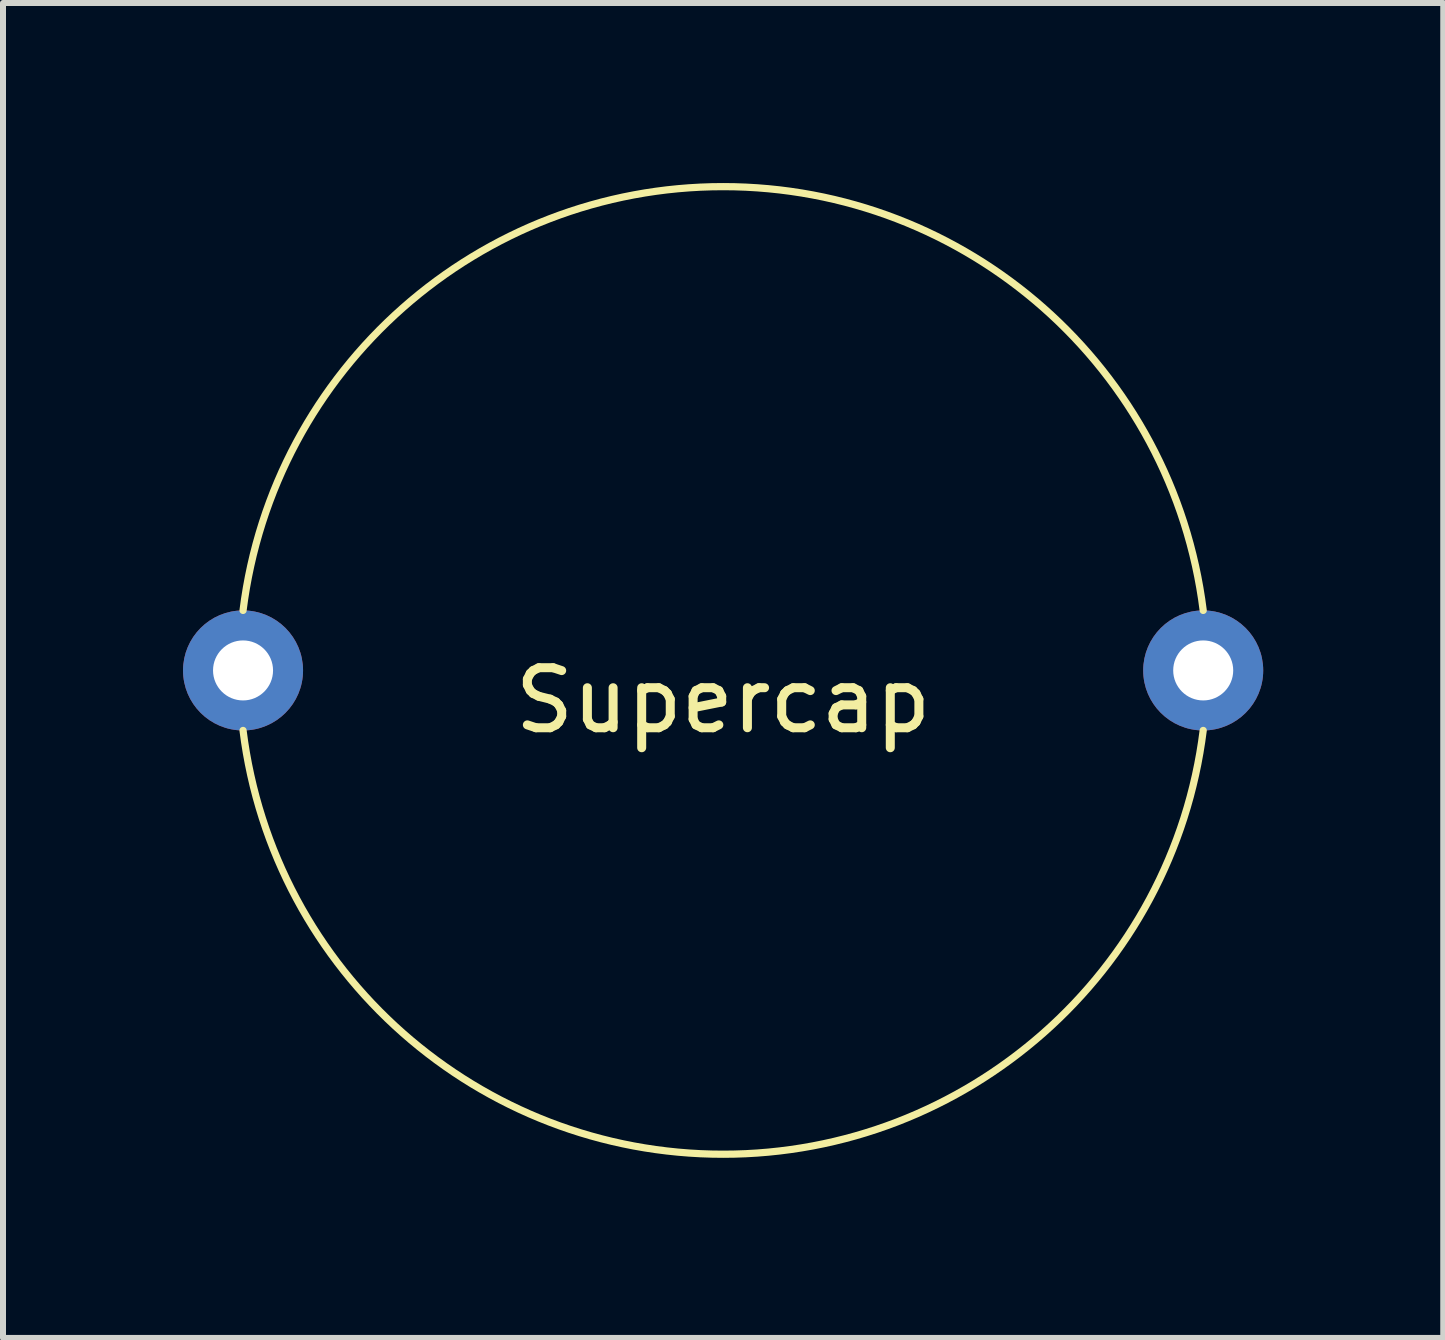
<source format=kicad_pcb>
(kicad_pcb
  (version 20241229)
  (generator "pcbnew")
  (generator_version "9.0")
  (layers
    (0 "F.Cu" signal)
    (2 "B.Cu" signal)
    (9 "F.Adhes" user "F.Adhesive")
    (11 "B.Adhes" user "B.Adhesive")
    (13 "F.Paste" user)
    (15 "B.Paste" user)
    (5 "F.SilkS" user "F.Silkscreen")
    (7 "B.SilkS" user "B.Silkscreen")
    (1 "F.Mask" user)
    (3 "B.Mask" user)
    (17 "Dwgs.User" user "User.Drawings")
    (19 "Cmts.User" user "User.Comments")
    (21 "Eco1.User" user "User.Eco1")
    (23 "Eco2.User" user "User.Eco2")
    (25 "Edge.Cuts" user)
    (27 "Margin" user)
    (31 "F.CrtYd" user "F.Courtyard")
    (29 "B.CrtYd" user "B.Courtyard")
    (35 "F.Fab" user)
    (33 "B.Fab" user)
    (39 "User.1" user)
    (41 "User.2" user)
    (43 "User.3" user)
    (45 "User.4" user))
  (footprint "Supercap"
    (layer "F.Cu")
    (at 9 8.122)
    (property "Reference" "Supercap" (at 0 0.5 0) (layer "F.SilkS") (effects (font (size 1 1) (thickness 0.15))))
    (attr through_hole)
    (fp_arc (start -7.999999 -1.000001) (mid 0.000001 -8.062257) (end 7.999999 -0.999999) (stroke (width 0.12) (type solid)) (layer "F.SilkS"))
    (fp_arc (start 7.999999 1.000001) (mid -0.000001 8.062257) (end -7.999999 0.999999) (stroke (width 0.12) (type solid)) (layer "F.SilkS"))
    (pad "1" thru_hole circle (at -8 0) (size 2 2) (drill 1) (layers "*.Cu" "*.Mask"))
    (pad "2" thru_hole circle (at 8 0) (size 2 2) (drill 1) (layers "*.Cu" "*.Mask")))
  (gr_rect
    (start -3 -3)
    (end 21 19.245)
    (stroke (width 0.1) (type default))
    (fill no)
    (layer "Edge.Cuts")))
</source>
